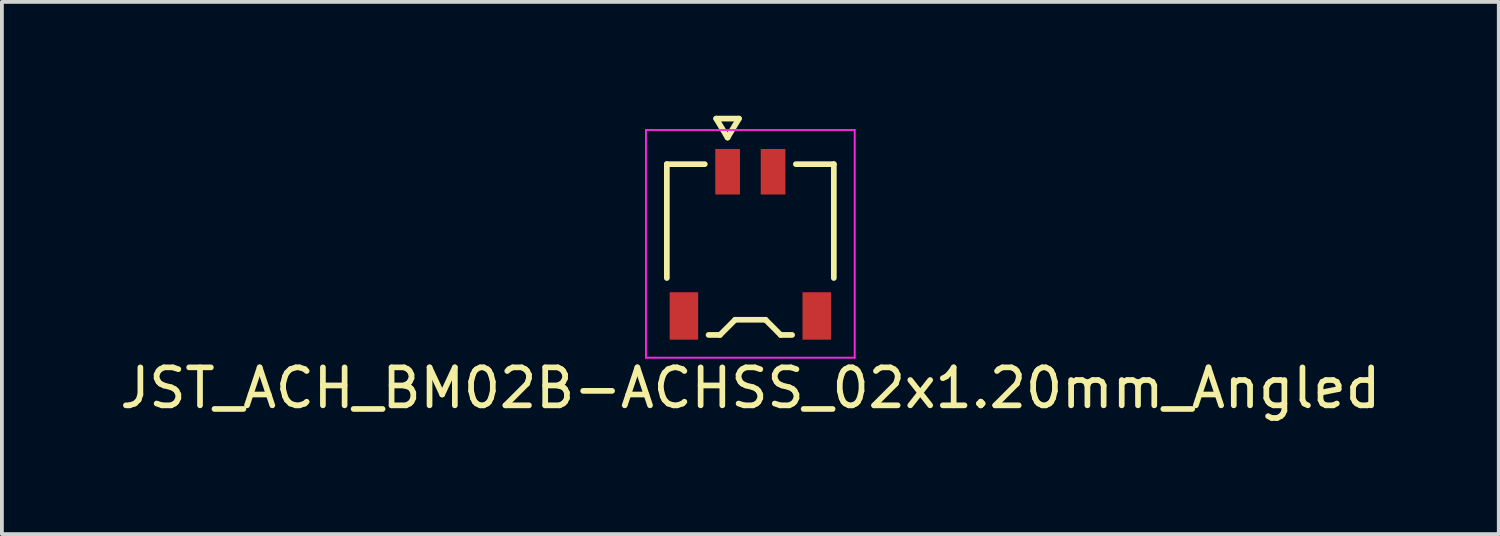
<source format=kicad_pcb>
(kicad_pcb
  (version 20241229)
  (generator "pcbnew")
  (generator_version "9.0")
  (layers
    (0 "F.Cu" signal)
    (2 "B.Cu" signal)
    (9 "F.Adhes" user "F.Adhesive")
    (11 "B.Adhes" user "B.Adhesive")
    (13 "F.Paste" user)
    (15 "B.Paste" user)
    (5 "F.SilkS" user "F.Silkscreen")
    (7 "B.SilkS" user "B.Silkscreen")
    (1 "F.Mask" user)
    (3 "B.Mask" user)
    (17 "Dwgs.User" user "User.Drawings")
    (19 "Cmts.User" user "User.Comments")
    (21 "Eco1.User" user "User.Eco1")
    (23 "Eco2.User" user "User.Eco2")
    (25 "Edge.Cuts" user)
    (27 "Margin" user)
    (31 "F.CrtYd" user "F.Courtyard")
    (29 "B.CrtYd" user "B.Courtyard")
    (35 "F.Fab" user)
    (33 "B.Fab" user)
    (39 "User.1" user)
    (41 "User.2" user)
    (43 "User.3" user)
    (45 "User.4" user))
  (footprint "JST_ACH_BM02B-ACHSS_02x1.20mm_Angled"
    (layer "F.Cu")
    (at 16.72 3.375)
    (property "Reference" "JST_ACH_BM02B-ACHSS_02x1.20mm_Angled" (at 0 3.8 0) (layer "F.SilkS") (effects (font (size 1 1) (thickness 0.15))))
    (attr smd)
    (fp_line (start -2.2 -2.1) (end -1.2 -2.1) (stroke (width 0.15) (type solid)) (layer "F.SilkS"))
    (fp_line (start -2.2 0.9) (end -2.2 -2.101) (stroke (width 0.15) (type solid)) (layer "F.SilkS"))
    (fp_line (start -0.9 -3.3) (end -0.6 -2.8) (stroke (width 0.15) (type solid)) (layer "F.SilkS"))
    (fp_line (start -0.8 2.4) (end -1.1 2.4) (stroke (width 0.15) (type solid)) (layer "F.SilkS"))
    (fp_line (start -0.6 -2.8) (end -0.3 -3.3) (stroke (width 0.15) (type solid)) (layer "F.SilkS"))
    (fp_line (start -0.4 2) (end -0.8 2.4) (stroke (width 0.15) (type solid)) (layer "F.SilkS"))
    (fp_line (start -0.3 -3.3) (end -0.9 -3.3) (stroke (width 0.15) (type solid)) (layer "F.SilkS"))
    (fp_line (start 0.4 2) (end -0.4 2) (stroke (width 0.15) (type solid)) (layer "F.SilkS"))
    (fp_line (start 0.8 2.4) (end 0.4 2) (stroke (width 0.15) (type solid)) (layer "F.SilkS"))
    (fp_line (start 1.1 2.4) (end 0.8 2.4) (stroke (width 0.15) (type solid)) (layer "F.SilkS"))
    (fp_line (start 1.2 -2.1) (end 2.2 -2.1) (stroke (width 0.15) (type solid)) (layer "F.SilkS"))
    (fp_line (start 2.2 0.9) (end 2.2 -2.101) (stroke (width 0.15) (type solid)) (layer "F.SilkS"))
    (fp_line (start -2.75 -3) (end 2.75 -3) (stroke (width 0.05) (type solid)) (layer "F.CrtYd"))
    (fp_line (start -2.75 3) (end -2.75 -3) (stroke (width 0.05) (type solid)) (layer "F.CrtYd"))
    (fp_line (start 2.75 -3) (end 2.75 3) (stroke (width 0.05) (type solid)) (layer "F.CrtYd"))
    (fp_line (start 2.75 3) (end -2.75 3) (stroke (width 0.05) (type solid)) (layer "F.CrtYd"))
    (pad "" smd rect (at -1.75 1.9) (size 0.75 1.25) (layers "F.Cu" "F.Mask" "F.Paste"))
    (pad "" smd rect (at 1.75 1.9) (size 0.75 1.25) (layers "F.Cu" "F.Mask" "F.Paste"))
    (pad "1" smd rect (at -0.599 -1.9) (size 0.65 1.2) (layers "F.Cu" "F.Mask" "F.Paste"))
    (pad "2" smd rect (at 0.599 -1.9) (size 0.65 1.2) (layers "F.Cu" "F.Mask" "F.Paste")))
  (gr_rect
    (start -3 -3)
    (end 36.44 11.023)
    (stroke (width 0.1) (type default))
    (fill no)
    (layer "Edge.Cuts")))
</source>
